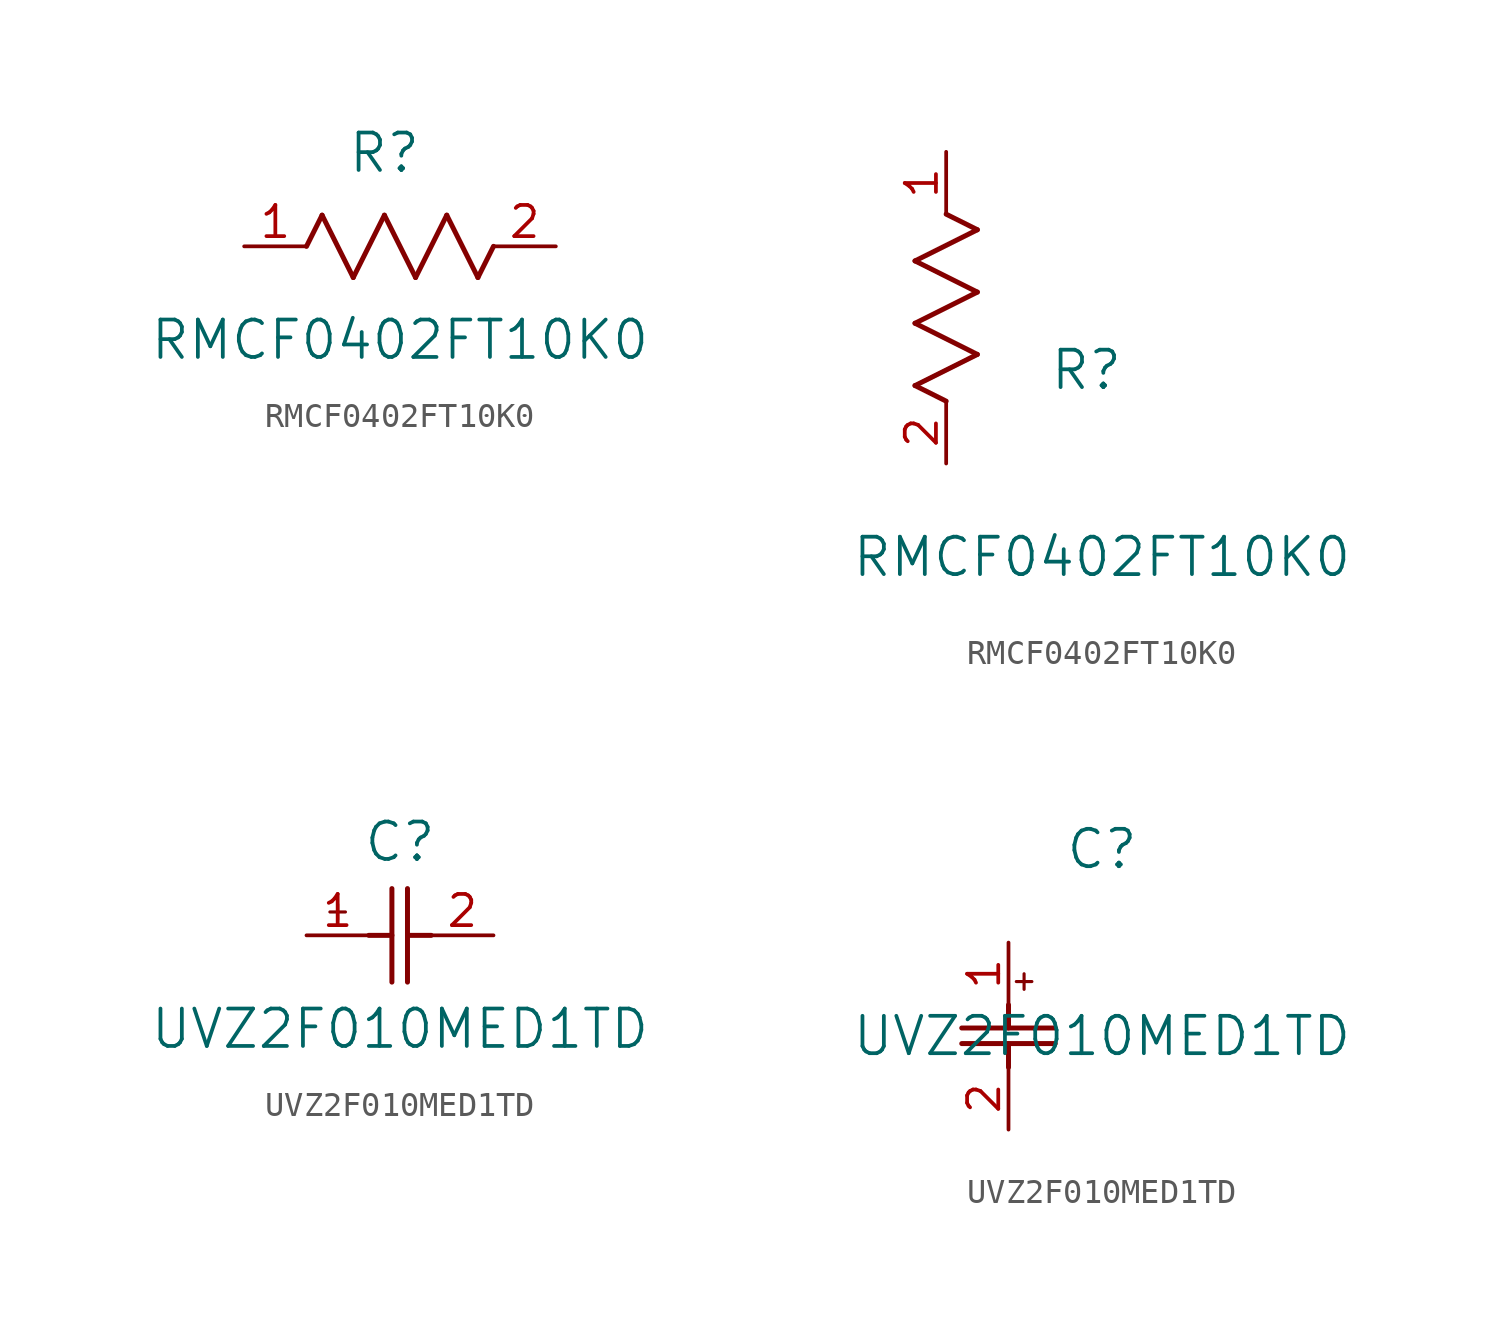
<source format=kicad_sym>
(kicad_symbol_lib
  (version 20241209)
  (generator "kicad_symbol_editor")
  (generator_version "9.0")
  (symbol "RMCF0402FT10K0"
    (pin_names
      (offset 0.254))
    (property "Reference" "R"
      (at 5.715 3.81 0)
      (effects (font (size 1.524 1.524))))
    (property "Value" "RMCF0402FT10K0"
      (at 6.35 -3.81 0)
      (effects (font (size 1.524 1.524))))
    (property "ki_locked" ""
      (at 0 0 0)
      (effects (font (size 1.27 1.27))))
    (symbol "RMCF0402FT10K0_1_1"
      (polyline (pts (xy 2.54 0) (xy 3.175 1.27)) (stroke (width 0.203) (type default)) (fill (type none)))
      (polyline (pts (xy 3.175 1.27) (xy 4.445 -1.27)) (stroke (width 0.203) (type default)) (fill (type none)))
      (polyline (pts (xy 4.445 -1.27) (xy 5.715 1.27)) (stroke (width 0.203) (type default)) (fill (type none)))
      (polyline (pts (xy 5.715 1.27) (xy 6.985 -1.27)) (stroke (width 0.203) (type default)) (fill (type none)))
      (polyline (pts (xy 6.985 -1.27) (xy 8.255 1.27)) (stroke (width 0.203) (type default)) (fill (type none)))
      (polyline (pts (xy 8.255 1.27) (xy 9.525 -1.27)) (stroke (width 0.203) (type default)) (fill (type none)))
      (polyline (pts (xy 9.525 -1.27) (xy 10.16 0)) (stroke (width 0.203) (type default)) (fill (type none)))
      (pin unspecified line (at 0 0 0) (length 2.54) (name "" (effects (font (size 1.27 1.27)))) (number "1" (effects (font (size 1.27 1.27)))))
      (pin unspecified line (at 12.7 0 180) (length 2.54) (name "" (effects (font (size 1.27 1.27)))) (number "2" (effects (font (size 1.27 1.27))))))
    (symbol "RMCF0402FT10K0_1_2"
      (polyline (pts (xy -1.27 8.255) (xy 1.27 9.525)) (stroke (width 0.203) (type default)) (fill (type none)))
      (polyline (pts (xy -1.27 5.715) (xy 1.27 6.985)) (stroke (width 0.203) (type default)) (fill (type none)))
      (polyline (pts (xy -1.27 3.175) (xy 1.27 4.445)) (stroke (width 0.203) (type default)) (fill (type none)))
      (polyline (pts (xy 0 2.54) (xy -1.27 3.175)) (stroke (width 0.203) (type default)) (fill (type none)))
      (polyline (pts (xy 1.27 9.525) (xy 0 10.16)) (stroke (width 0.203) (type default)) (fill (type none)))
      (polyline (pts (xy 1.27 6.985) (xy -1.27 8.255)) (stroke (width 0.203) (type default)) (fill (type none)))
      (polyline (pts (xy 1.27 4.445) (xy -1.27 5.715)) (stroke (width 0.203) (type default)) (fill (type none)))
      (pin unspecified line (at 0 12.7 270) (length 2.54) (name "" (effects (font (size 1.27 1.27)))) (number "1" (effects (font (size 1.27 1.27)))))
      (pin unspecified line (at 0 0 90) (length 2.54) (name "" (effects (font (size 1.27 1.27)))) (number "2" (effects (font (size 1.27 1.27)))))))
  (symbol "UVZ2F010MED1TD"
    (pin_names
      (offset 0.254))
    (property "Reference" "C"
      (at 3.81 3.81 0)
      (effects (font (size 1.524 1.524))))
    (property "Value" "UVZ2F010MED1TD"
      (at 3.81 -3.81 0)
      (effects (font (size 1.524 1.524))))
    (property "ki_locked" ""
      (at 0 0 0)
      (effects (font (size 1.27 1.27))))
    (symbol "UVZ2F010MED1TD_1_1"
      (polyline (pts (xy 0.953 0.953) (xy 1.587 0.953)) (stroke (width 0.127) (type default)) (fill (type none)))
      (polyline (pts (xy 1.27 1.27) (xy 1.27 0.635)) (stroke (width 0.127) (type default)) (fill (type none)))
      (polyline (pts (xy 2.54 0) (xy 3.48 0)) (stroke (width 0.203) (type default)) (fill (type none)))
      (polyline (pts (xy 3.48 -1.905) (xy 3.48 1.905)) (stroke (width 0.203) (type default)) (fill (type none)))
      (polyline (pts (xy 4.115 0) (xy 5.08 0)) (stroke (width 0.203) (type default)) (fill (type none)))
      (polyline (pts (xy 4.115 -1.905) (xy 4.115 1.905)) (stroke (width 0.203) (type default)) (fill (type none)))
      (pin unspecified line (at 0 0 0) (length 2.54) (name "" (effects (font (size 1.27 1.27)))) (number "1" (effects (font (size 1.27 1.27)))))
      (pin unspecified line (at 7.62 0 180) (length 2.54) (name "" (effects (font (size 1.27 1.27)))) (number "2" (effects (font (size 1.27 1.27))))))
    (symbol "UVZ2F010MED1TD_1_2"
      (polyline (pts (xy -1.905 -3.48) (xy 1.905 -3.48)) (stroke (width 0.203) (type default)) (fill (type none)))
      (polyline (pts (xy -1.905 -4.115) (xy 1.905 -4.115)) (stroke (width 0.203) (type default)) (fill (type none)))
      (polyline (pts (xy 0 -2.54) (xy 0 -3.48)) (stroke (width 0.203) (type default)) (fill (type none)))
      (polyline (pts (xy 0 -4.115) (xy 0 -5.08)) (stroke (width 0.203) (type default)) (fill (type none)))
      (polyline (pts (xy 0.318 -1.587) (xy 0.953 -1.587)) (stroke (width 0.127) (type default)) (fill (type none)))
      (polyline (pts (xy 0.635 -1.27) (xy 0.635 -1.905)) (stroke (width 0.127) (type default)) (fill (type none)))
      (pin unspecified line (at 0 0 270) (length 2.54) (name "" (effects (font (size 1.27 1.27)))) (number "1" (effects (font (size 1.27 1.27)))))
      (pin unspecified line (at 0 -7.62 90) (length 2.54) (name "" (effects (font (size 1.27 1.27)))) (number "2" (effects (font (size 1.27 1.27))))))))
</source>
